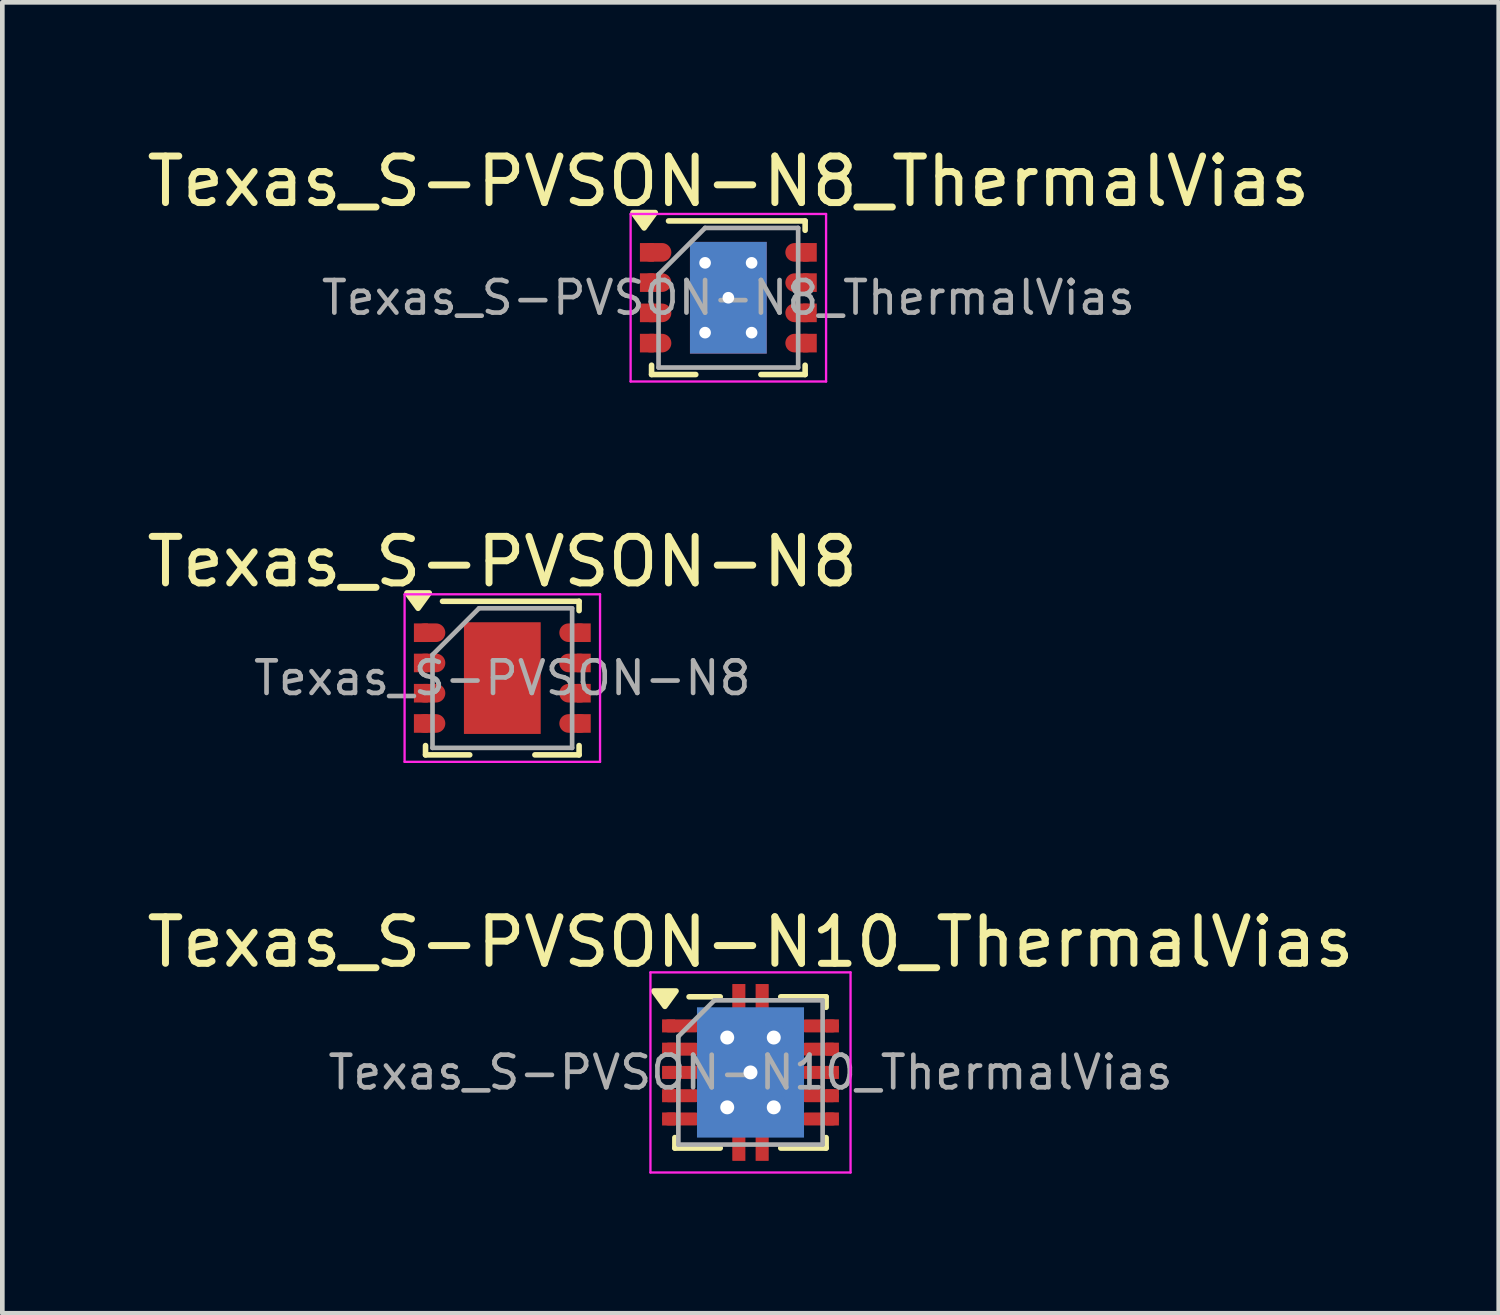
<source format=kicad_pcb>
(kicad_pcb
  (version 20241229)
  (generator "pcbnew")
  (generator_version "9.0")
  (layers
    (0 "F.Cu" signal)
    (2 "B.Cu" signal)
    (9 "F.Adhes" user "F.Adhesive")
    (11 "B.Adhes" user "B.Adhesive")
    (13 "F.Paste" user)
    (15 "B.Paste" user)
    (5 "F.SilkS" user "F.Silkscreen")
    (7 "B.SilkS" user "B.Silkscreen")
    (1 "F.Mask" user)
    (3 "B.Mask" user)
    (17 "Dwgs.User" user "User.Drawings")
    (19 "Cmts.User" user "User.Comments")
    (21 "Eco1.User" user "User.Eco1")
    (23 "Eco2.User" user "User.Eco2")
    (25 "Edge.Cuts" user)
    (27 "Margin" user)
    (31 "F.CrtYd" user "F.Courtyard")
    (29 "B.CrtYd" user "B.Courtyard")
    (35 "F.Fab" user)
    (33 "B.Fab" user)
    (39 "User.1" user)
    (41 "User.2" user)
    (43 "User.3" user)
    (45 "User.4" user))
  (footprint "Texas_S-PVSON-N8"
    (layer "F.Cu")
    (at 7.744 11.521)
    (property "Reference" "Texas_S-PVSON-N8" (at 0 -2.5 0) (layer "F.SilkS") (effects (font (size 1 1) (thickness 0.15))))
    (attr smd)
    (fp_line (start -1.65 1.65) (end -1.65 1.45) (stroke (width 0.12) (type solid)) (layer "F.SilkS"))
    (fp_line (start -1.65 1.65) (end -0.7 1.65) (stroke (width 0.12) (type solid)) (layer "F.SilkS"))
    (fp_line (start 0.7 1.65) (end 1.65 1.65) (stroke (width 0.12) (type solid)) (layer "F.SilkS"))
    (fp_line (start 1.65 -1.65) (end -1.285 -1.65) (stroke (width 0.12) (type solid)) (layer "F.SilkS"))
    (fp_line (start 1.65 -1.45) (end 1.65 -1.65) (stroke (width 0.12) (type solid)) (layer "F.SilkS"))
    (fp_line (start 1.65 1.45) (end 1.65 1.65) (stroke (width 0.12) (type solid)) (layer "F.SilkS"))
    (fp_poly (pts (xy -1.81 -1.5) (xy -2.05 -1.83) (xy -1.57 -1.83) (xy -1.81 -1.5)) (stroke (width 0.12) (type solid)) (fill yes) (layer "F.SilkS"))
    (fp_line (start -2.1 -1.8) (end -2.1 1.8) (stroke (width 0.05) (type solid)) (layer "F.CrtYd"))
    (fp_line (start -2.1 -1.8) (end 2.1 -1.8) (stroke (width 0.05) (type solid)) (layer "F.CrtYd"))
    (fp_line (start -2.1 1.8) (end 2.1 1.8) (stroke (width 0.05) (type solid)) (layer "F.CrtYd"))
    (fp_line (start 2.1 -1.8) (end 2.1 1.8) (stroke (width 0.05) (type solid)) (layer "F.CrtYd"))
    (fp_line (start -1.5 1.5) (end -1.5 -0.5) (stroke (width 0.1) (type solid)) (layer "F.Fab"))
    (fp_line (start -0.5 -1.5) (end -1.5 -0.5) (stroke (width 0.1) (type solid)) (layer "F.Fab"))
    (fp_line (start -0.5 -1.5) (end 1.5 -1.5) (stroke (width 0.1) (type solid)) (layer "F.Fab"))
    (fp_line (start 1.5 -1.5) (end 1.5 1.5) (stroke (width 0.1) (type solid)) (layer "F.Fab"))
    (fp_line (start 1.5 1.5) (end -1.5 1.5) (stroke (width 0.1) (type solid)) (layer "F.Fab"))
    (fp_text user "${REFERENCE}" (at 0 0 0) (layer "F.Fab") (effects (font (size 0.7 0.7) (thickness 0.1))))
    (pad "1" smd rect (at -1.75 -0.975) (size 0.3 0.4) (layers "F.Cu" "F.Mask" "F.Paste"))
    (pad "1" smd oval (at -1.55 -0.975) (size 0.65 0.4) (layers "F.Cu" "F.Mask" "F.Paste"))
    (pad "2" smd rect (at -1.75 -0.325) (size 0.3 0.4) (layers "F.Cu" "F.Mask" "F.Paste"))
    (pad "2" smd oval (at -1.55 -0.325) (size 0.65 0.4) (layers "F.Cu" "F.Mask" "F.Paste"))
    (pad "3" smd rect (at -1.75 0.325) (size 0.3 0.4) (layers "F.Cu" "F.Mask" "F.Paste"))
    (pad "3" smd oval (at -1.55 0.325) (size 0.65 0.4) (layers "F.Cu" "F.Mask" "F.Paste"))
    (pad "4" smd rect (at -1.75 0.975) (size 0.3 0.4) (layers "F.Cu" "F.Mask" "F.Paste"))
    (pad "4" smd oval (at -1.55 0.975) (size 0.65 0.4) (layers "F.Cu" "F.Mask" "F.Paste"))
    (pad "5" smd oval (at 1.55 0.975) (size 0.65 0.4) (layers "F.Cu" "F.Mask" "F.Paste"))
    (pad "5" smd rect (at 1.75 0.975) (size 0.3 0.4) (layers "F.Cu" "F.Mask" "F.Paste"))
    (pad "6" smd oval (at 1.55 0.325) (size 0.65 0.4) (layers "F.Cu" "F.Mask" "F.Paste"))
    (pad "6" smd rect (at 1.75 0.325) (size 0.3 0.4) (layers "F.Cu" "F.Mask" "F.Paste"))
    (pad "7" smd oval (at 1.55 -0.325) (size 0.65 0.4) (layers "F.Cu" "F.Mask" "F.Paste"))
    (pad "7" smd rect (at 1.75 -0.325) (size 0.3 0.4) (layers "F.Cu" "F.Mask" "F.Paste"))
    (pad "8" smd oval (at 1.55 -0.975) (size 0.65 0.4) (layers "F.Cu" "F.Mask" "F.Paste"))
    (pad "8" smd rect (at 1.75 -0.975) (size 0.3 0.4) (layers "F.Cu" "F.Mask" "F.Paste"))
    (pad "9" smd rect (at -0.45 -0.625) (size 0.65 1) (layers "F.Cu" "F.Mask" "F.Paste"))
    (pad "9" smd rect (at -0.45 0.625) (size 0.65 1) (layers "F.Cu" "F.Mask" "F.Paste"))
    (pad "9" smd rect (at 0 0) (size 1.65 2.4) (layers "F.Cu" "F.Mask"))
    (pad "9" smd rect (at 0.45 -0.625) (size 0.65 1) (layers "F.Cu" "F.Mask" "F.Paste"))
    (pad "9" smd rect (at 0.45 0.625) (size 0.65 1) (layers "F.Cu" "F.Mask" "F.Paste")))
  (footprint "Texas_S-PVSON-N8_ThermalVias"
    (layer "F.Cu")
    (at 12.601 3.348)
    (property "Reference" "Texas_S-PVSON-N8_ThermalVias" (at 0 -2.5 0) (layer "F.SilkS") (effects (font (size 1 1) (thickness 0.15))))
    (attr smd)
    (fp_line (start -1.65 1.65) (end -1.65 1.45) (stroke (width 0.12) (type solid)) (layer "F.SilkS"))
    (fp_line (start -1.65 1.65) (end -0.7 1.65) (stroke (width 0.12) (type solid)) (layer "F.SilkS"))
    (fp_line (start 0.7 1.65) (end 1.65 1.65) (stroke (width 0.12) (type solid)) (layer "F.SilkS"))
    (fp_line (start 1.65 -1.65) (end -1.285 -1.65) (stroke (width 0.12) (type solid)) (layer "F.SilkS"))
    (fp_line (start 1.65 -1.45) (end 1.65 -1.65) (stroke (width 0.12) (type solid)) (layer "F.SilkS"))
    (fp_line (start 1.65 1.45) (end 1.65 1.65) (stroke (width 0.12) (type solid)) (layer "F.SilkS"))
    (fp_poly (pts (xy -1.81 -1.5) (xy -2.05 -1.83) (xy -1.57 -1.83) (xy -1.81 -1.5)) (stroke (width 0.12) (type solid)) (fill yes) (layer "F.SilkS"))
    (fp_line (start -2.1 -1.8) (end -2.1 1.8) (stroke (width 0.05) (type solid)) (layer "F.CrtYd"))
    (fp_line (start -2.1 -1.8) (end 2.1 -1.8) (stroke (width 0.05) (type solid)) (layer "F.CrtYd"))
    (fp_line (start -2.1 1.8) (end 2.1 1.8) (stroke (width 0.05) (type solid)) (layer "F.CrtYd"))
    (fp_line (start 2.1 -1.8) (end 2.1 1.8) (stroke (width 0.05) (type solid)) (layer "F.CrtYd"))
    (fp_line (start -1.5 1.5) (end -1.5 -0.5) (stroke (width 0.1) (type solid)) (layer "F.Fab"))
    (fp_line (start -0.5 -1.5) (end -1.5 -0.5) (stroke (width 0.1) (type solid)) (layer "F.Fab"))
    (fp_line (start -0.5 -1.5) (end 1.5 -1.5) (stroke (width 0.1) (type solid)) (layer "F.Fab"))
    (fp_line (start 1.5 -1.5) (end 1.5 1.5) (stroke (width 0.1) (type solid)) (layer "F.Fab"))
    (fp_line (start 1.5 1.5) (end -1.5 1.5) (stroke (width 0.1) (type solid)) (layer "F.Fab"))
    (fp_text user "${REFERENCE}" (at 0 0 0) (layer "F.Fab") (effects (font (size 0.7 0.7) (thickness 0.1))))
    (pad "1" smd rect (at -1.75 -0.975) (size 0.3 0.4) (layers "F.Cu" "F.Mask" "F.Paste"))
    (pad "1" smd oval (at -1.55 -0.975) (size 0.65 0.4) (layers "F.Cu" "F.Mask" "F.Paste"))
    (pad "2" smd rect (at -1.75 -0.325) (size 0.3 0.4) (layers "F.Cu" "F.Mask" "F.Paste"))
    (pad "2" smd oval (at -1.55 -0.325) (size 0.65 0.4) (layers "F.Cu" "F.Mask" "F.Paste"))
    (pad "3" smd rect (at -1.75 0.325) (size 0.3 0.4) (layers "F.Cu" "F.Mask" "F.Paste"))
    (pad "3" smd oval (at -1.55 0.325) (size 0.65 0.4) (layers "F.Cu" "F.Mask" "F.Paste"))
    (pad "4" smd rect (at -1.75 0.975) (size 0.3 0.4) (layers "F.Cu" "F.Mask" "F.Paste"))
    (pad "4" smd oval (at -1.55 0.975) (size 0.65 0.4) (layers "F.Cu" "F.Mask" "F.Paste"))
    (pad "5" smd oval (at 1.55 0.975) (size 0.65 0.4) (layers "F.Cu" "F.Mask" "F.Paste"))
    (pad "5" smd rect (at 1.75 0.975) (size 0.3 0.4) (layers "F.Cu" "F.Mask" "F.Paste"))
    (pad "6" smd oval (at 1.55 0.325) (size 0.65 0.4) (layers "F.Cu" "F.Mask" "F.Paste"))
    (pad "6" smd rect (at 1.75 0.325) (size 0.3 0.4) (layers "F.Cu" "F.Mask" "F.Paste"))
    (pad "7" smd oval (at 1.55 -0.325) (size 0.65 0.4) (layers "F.Cu" "F.Mask" "F.Paste"))
    (pad "7" smd rect (at 1.75 -0.325) (size 0.3 0.4) (layers "F.Cu" "F.Mask" "F.Paste"))
    (pad "8" smd oval (at 1.55 -0.975) (size 0.65 0.4) (layers "F.Cu" "F.Mask" "F.Paste"))
    (pad "8" smd rect (at 1.75 -0.975) (size 0.3 0.4) (layers "F.Cu" "F.Mask" "F.Paste"))
    (pad "9" thru_hole circle (at -0.5 -0.75) (size 0.6 0.6) (drill 0.25) (layers "*.Cu"))
    (pad "9" thru_hole circle (at -0.5 0.75) (size 0.6 0.6) (drill 0.25) (layers "*.Cu"))
    (pad "9" smd rect (at -0.45 -0.625) (size 0.65 1) (layers "F.Cu" "F.Mask" "F.Paste"))
    (pad "9" smd rect (at -0.45 0.625) (size 0.65 1) (layers "F.Cu" "F.Mask" "F.Paste"))
    (pad "9" thru_hole circle (at 0 0) (size 0.6 0.6) (drill 0.25) (layers "*.Cu"))
    (pad "9" smd rect (at 0 0) (size 1.65 2.4) (layers "F.Cu" "F.Mask"))
    (pad "9" smd rect (at 0 0) (size 1.65 2.4) (layers "B.Cu"))
    (pad "9" smd rect (at 0.45 -0.625) (size 0.65 1) (layers "F.Cu" "F.Mask" "F.Paste"))
    (pad "9" smd rect (at 0.45 0.625) (size 0.65 1) (layers "F.Cu" "F.Mask" "F.Paste"))
    (pad "9" thru_hole circle (at 0.5 -0.75) (size 0.6 0.6) (drill 0.25) (layers "*.Cu"))
    (pad "9" thru_hole circle (at 0.5 0.75) (size 0.6 0.6) (drill 0.25) (layers "*.Cu")))
  (footprint "Texas_S-PVSON-N10_ThermalVias"
    (layer "F.Cu")
    (at 13.077 19.995)
    (property "Reference" "Texas_S-PVSON-N10_ThermalVias" (at 0 -2.8 0) (layer "F.SilkS") (effects (font (size 1 1) (thickness 0.15))))
    (attr smd)
    (fp_line (start -1.625 1.625) (end -1.625 1.4) (stroke (width 0.12) (type solid)) (layer "F.SilkS"))
    (fp_line (start -1.625 1.625) (end -0.65 1.625) (stroke (width 0.12) (type solid)) (layer "F.SilkS"))
    (fp_line (start -1.32 -1.625) (end -0.65 -1.625) (stroke (width 0.12) (type solid)) (layer "F.SilkS"))
    (fp_line (start 0.65 -1.625) (end 1.625 -1.625) (stroke (width 0.12) (type solid)) (layer "F.SilkS"))
    (fp_line (start 0.65 1.625) (end 1.625 1.625) (stroke (width 0.12) (type solid)) (layer "F.SilkS"))
    (fp_line (start 1.625 -1.4) (end 1.625 -1.625) (stroke (width 0.12) (type solid)) (layer "F.SilkS"))
    (fp_line (start 1.625 1.4) (end 1.625 1.625) (stroke (width 0.12) (type solid)) (layer "F.SilkS"))
    (fp_poly (pts (xy -1.84 -1.42) (xy -2.08 -1.75) (xy -1.6 -1.75) (xy -1.84 -1.42)) (stroke (width 0.12) (type solid)) (fill yes) (layer "F.SilkS"))
    (fp_line (start -2.15 -2.15) (end -2.15 2.15) (stroke (width 0.05) (type solid)) (layer "F.CrtYd"))
    (fp_line (start -2.15 -2.15) (end 2.15 -2.15) (stroke (width 0.05) (type solid)) (layer "F.CrtYd"))
    (fp_line (start -2.15 2.15) (end 2.15 2.15) (stroke (width 0.05) (type solid)) (layer "F.CrtYd"))
    (fp_line (start 2.15 -2.15) (end 2.15 2.15) (stroke (width 0.05) (type solid)) (layer "F.CrtYd"))
    (fp_line (start -1.55 1.55) (end -1.55 -0.775) (stroke (width 0.1) (type solid)) (layer "F.Fab"))
    (fp_line (start -0.775 -1.55) (end -1.55 -0.775) (stroke (width 0.1) (type solid)) (layer "F.Fab"))
    (fp_line (start -0.775 -1.55) (end 1.55 -1.55) (stroke (width 0.1) (type solid)) (layer "F.Fab"))
    (fp_line (start 1.55 -1.55) (end 1.55 1.55) (stroke (width 0.1) (type solid)) (layer "F.Fab"))
    (fp_line (start 1.55 1.55) (end -1.55 1.55) (stroke (width 0.1) (type solid)) (layer "F.Fab"))
    (fp_text user "${REFERENCE}" (at 0 0 0) (layer "F.Fab") (effects (font (size 0.7 0.7) (thickness 0.1))))
    (pad "1" smd rect (at -1.76 -1) (size 0.28 0.28) (layers "F.Cu" "F.Mask" "F.Paste"))
    (pad "1" smd oval (at -1.475 -1) (size 0.85 0.28) (layers "F.Cu" "F.Mask" "F.Paste"))
    (pad "2" smd rect (at -1.76 -0.5) (size 0.28 0.28) (layers "F.Cu" "F.Mask" "F.Paste"))
    (pad "2" smd oval (at -1.475 -0.5) (size 0.85 0.28) (layers "F.Cu" "F.Mask" "F.Paste"))
    (pad "3" smd rect (at -1.76 0) (size 0.28 0.28) (layers "F.Cu" "F.Mask" "F.Paste"))
    (pad "3" smd oval (at -1.475 0) (size 0.85 0.28) (layers "F.Cu" "F.Mask" "F.Paste"))
    (pad "4" smd rect (at -1.76 0.5) (size 0.28 0.28) (layers "F.Cu" "F.Mask" "F.Paste"))
    (pad "4" smd oval (at -1.475 0.5) (size 0.85 0.28) (layers "F.Cu" "F.Mask" "F.Paste"))
    (pad "5" smd rect (at -1.76 1) (size 0.28 0.28) (layers "F.Cu" "F.Mask" "F.Paste"))
    (pad "5" smd oval (at -1.475 1) (size 0.85 0.28) (layers "F.Cu" "F.Mask" "F.Paste"))
    (pad "6" smd oval (at 1.475 1) (size 0.85 0.28) (layers "F.Cu" "F.Mask" "F.Paste"))
    (pad "6" smd rect (at 1.76 1) (size 0.28 0.28) (layers "F.Cu" "F.Mask" "F.Paste"))
    (pad "7" smd oval (at 1.475 0.5) (size 0.85 0.28) (layers "F.Cu" "F.Mask" "F.Paste"))
    (pad "7" smd rect (at 1.76 0.5) (size 0.28 0.28) (layers "F.Cu" "F.Mask" "F.Paste"))
    (pad "8" smd oval (at 1.475 0) (size 0.85 0.28) (layers "F.Cu" "F.Mask" "F.Paste"))
    (pad "8" smd rect (at 1.76 0) (size 0.28 0.28) (layers "F.Cu" "F.Mask" "F.Paste"))
    (pad "9" smd oval (at 1.475 -0.5) (size 0.85 0.28) (layers "F.Cu" "F.Mask" "F.Paste"))
    (pad "9" smd rect (at 1.76 -0.5) (size 0.28 0.28) (layers "F.Cu" "F.Mask" "F.Paste"))
    (pad "10" smd oval (at 1.475 -1) (size 0.85 0.28) (layers "F.Cu" "F.Mask" "F.Paste"))
    (pad "10" smd rect (at 1.76 -1) (size 0.28 0.28) (layers "F.Cu" "F.Mask" "F.Paste"))
    (pad "11" thru_hole circle (at -0.5 -0.75) (size 0.6 0.6) (drill 0.3) (layers "*.Cu" "*.Mask"))
    (pad "11" thru_hole circle (at -0.5 0.75) (size 0.6 0.6) (drill 0.3) (layers "*.Cu" "*.Mask"))
    (pad "11" smd rect (at -0.45 -0.635) (size 0.68 1.05) (layers "F.Cu" "F.Mask" "F.Paste"))
    (pad "11" smd rect (at -0.45 0.635) (size 0.68 1.05) (layers "F.Cu" "F.Mask" "F.Paste"))
    (pad "11" smd rect (at -0.25 -1.63) (size 0.26 0.5) (layers "F.Cu" "F.Mask" "F.Paste"))
    (pad "11" smd rect (at -0.25 -1.55) (size 0.28 0.7) (layers "F.Cu" "F.Mask"))
    (pad "11" smd rect (at -0.25 1.55) (size 0.28 0.7) (layers "F.Cu" "F.Mask"))
    (pad "11" smd rect (at -0.25 1.63) (size 0.26 0.5) (layers "F.Cu" "F.Mask" "F.Paste"))
    (pad "11" thru_hole circle (at 0 0) (size 0.6 0.6) (drill 0.3) (layers "*.Cu" "*.Mask"))
    (pad "11" smd rect (at 0 0) (size 1.65 2.4) (layers "F.Cu" "F.Mask"))
    (pad "11" smd rect (at 0 0) (size 2.3 2.8) (layers "B.Cu"))
    (pad "11" smd rect (at 0.25 -1.63) (size 0.26 0.5) (layers "F.Cu" "F.Mask" "F.Paste"))
    (pad "11" smd rect (at 0.25 -1.55) (size 0.28 0.7) (layers "F.Cu" "F.Mask"))
    (pad "11" smd rect (at 0.25 1.55) (size 0.28 0.7) (layers "F.Cu" "F.Mask"))
    (pad "11" smd rect (at 0.25 1.63) (size 0.26 0.5) (layers "F.Cu" "F.Mask" "F.Paste"))
    (pad "11" smd rect (at 0.45 -0.635) (size 0.68 1.05) (layers "F.Cu" "F.Mask" "F.Paste"))
    (pad "11" smd rect (at 0.45 0.635) (size 0.68 1.05) (layers "F.Cu" "F.Mask" "F.Paste"))
    (pad "11" thru_hole circle (at 0.5 -0.75) (size 0.6 0.6) (drill 0.3) (layers "*.Cu" "*.Mask"))
    (pad "11" thru_hole circle (at 0.5 0.75) (size 0.6 0.6) (drill 0.3) (layers "*.Cu" "*.Mask")))
  (gr_rect
    (start -3 -3)
    (end 29.155 25.17)
    (stroke (width 0.1) (type default))
    (fill no)
    (layer "Edge.Cuts")))
</source>
